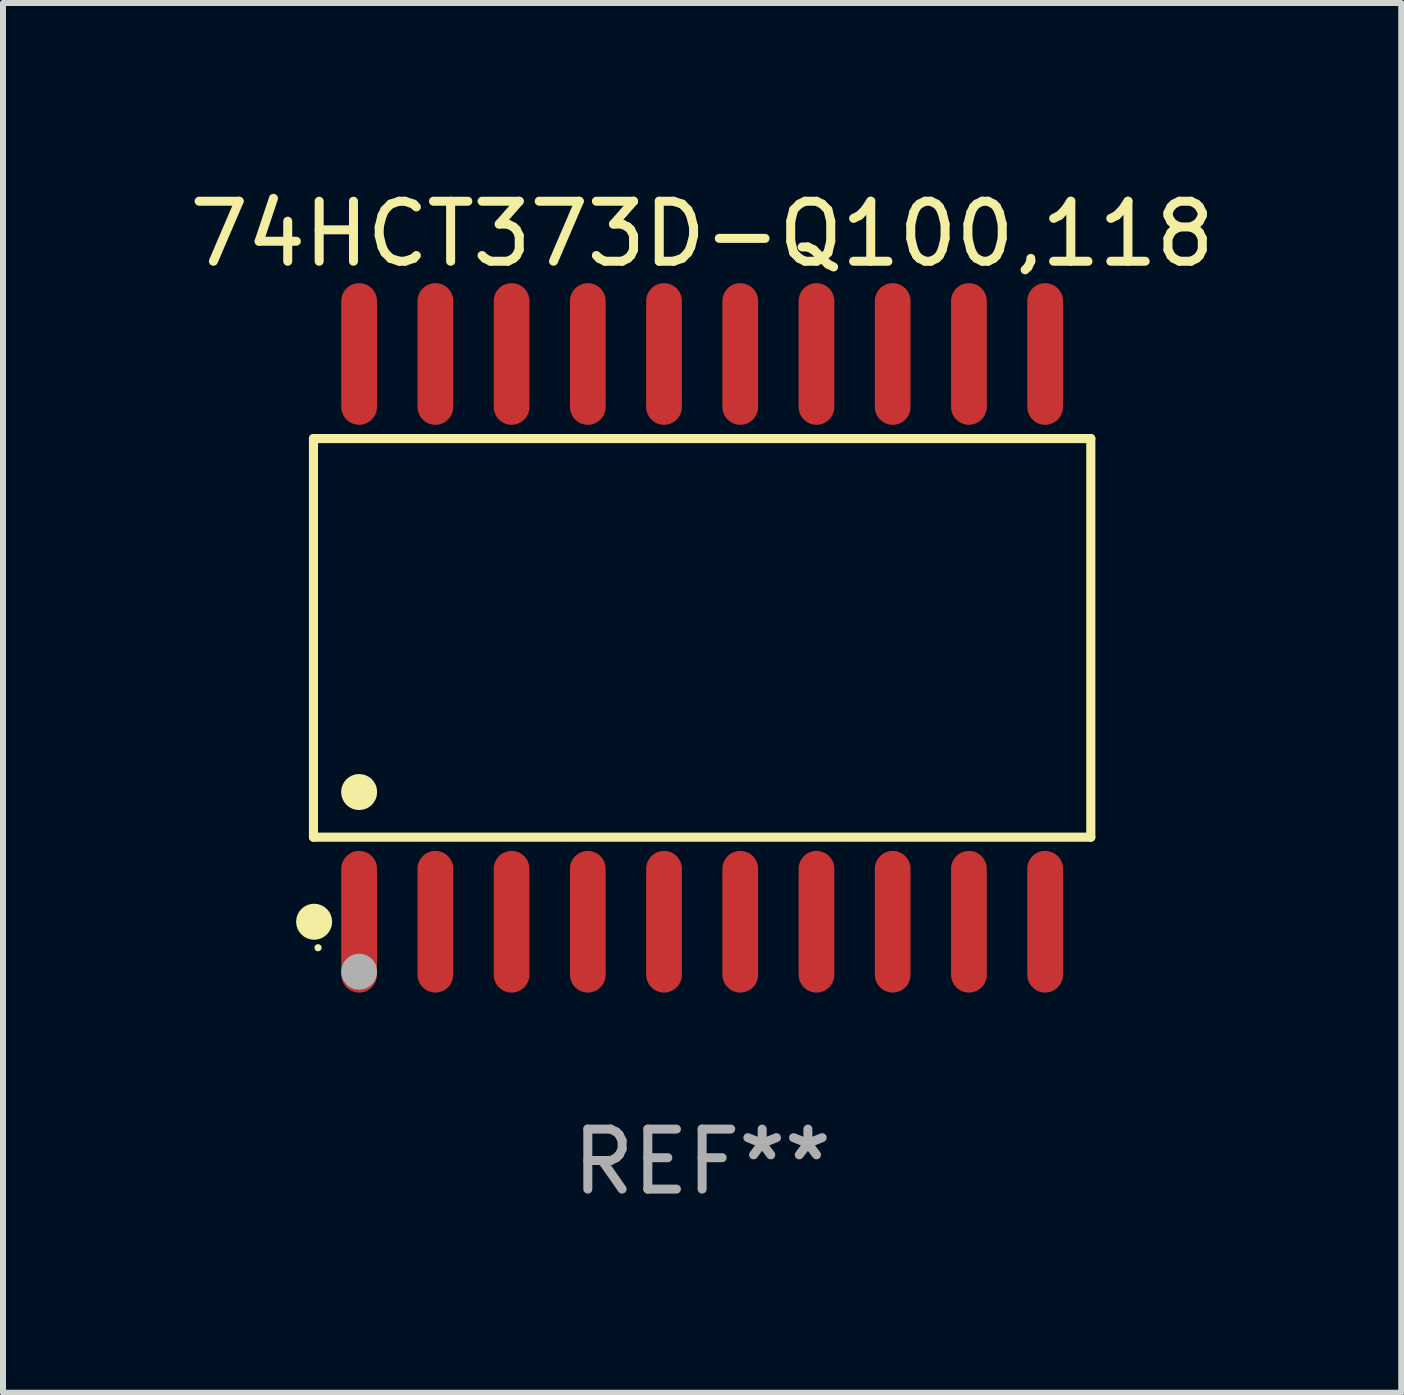
<source format=kicad_pcb>
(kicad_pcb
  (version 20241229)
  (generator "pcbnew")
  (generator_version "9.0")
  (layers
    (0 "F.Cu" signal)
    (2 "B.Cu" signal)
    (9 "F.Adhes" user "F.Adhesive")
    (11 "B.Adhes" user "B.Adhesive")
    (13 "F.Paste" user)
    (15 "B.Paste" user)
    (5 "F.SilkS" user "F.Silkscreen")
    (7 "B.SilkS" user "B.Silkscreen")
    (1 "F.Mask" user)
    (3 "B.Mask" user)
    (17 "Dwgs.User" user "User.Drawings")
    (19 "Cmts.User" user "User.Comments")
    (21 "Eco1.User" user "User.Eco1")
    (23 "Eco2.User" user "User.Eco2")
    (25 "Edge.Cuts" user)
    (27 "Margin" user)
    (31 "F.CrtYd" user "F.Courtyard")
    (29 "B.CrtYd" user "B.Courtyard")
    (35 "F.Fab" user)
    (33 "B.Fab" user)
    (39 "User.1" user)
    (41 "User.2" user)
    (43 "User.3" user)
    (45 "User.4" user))
  (footprint "74HCT373D-Q100,118"
    (layer "F.Cu")
    (at 8.649 7.578)
    (property "Reference" "74HCT373D-Q100,118" (at 0 -6.73 0) (layer "F.SilkS") (effects (font (size 1 1) (thickness 0.15))))
    (attr through_hole)
    (fp_line (start -6.476 -3.321) (end 6.476 -3.321) (stroke (width 0.152) (type solid)) (layer "F.SilkS"))
    (fp_line (start -6.476 3.321) (end -6.476 -3.321) (stroke (width 0.152) (type solid)) (layer "F.SilkS"))
    (fp_line (start 6.476 -3.321) (end 6.476 3.321) (stroke (width 0.152) (type solid)) (layer "F.SilkS"))
    (fp_line (start 6.476 3.321) (end -6.476 3.321) (stroke (width 0.152) (type solid)) (layer "F.SilkS"))
    (fp_circle (center -6.465 4.73) (end -6.315 4.73) (stroke (width 0.3) (type solid)) (fill no) (layer "F.SilkS"))
    (fp_circle (center -6.4 5.163) (end -6.37 5.163) (stroke (width 0.06) (type solid)) (fill no) (layer "F.SilkS"))
    (fp_circle (center -5.715 2.569) (end -5.565 2.569) (stroke (width 0.3) (type solid)) (fill no) (layer "F.SilkS"))
    (fp_circle (center -5.715 5.563) (end -5.565 5.563) (stroke (width 0.3) (type solid)) (fill no) (layer "F.Fab"))
    (fp_text user "REF**" (at 0 8.73 0) (layer "F.Fab") (effects (font (size 1 1) (thickness 0.15))))
    (pad "1" smd oval (at -5.715 4.73) (size 0.595 2.36) (layers "F.Cu" "F.Mask" "F.Paste"))
    (pad "2" smd oval (at -4.445 4.73) (size 0.595 2.36) (layers "F.Cu" "F.Mask" "F.Paste"))
    (pad "3" smd oval (at -3.175 4.73) (size 0.595 2.36) (layers "F.Cu" "F.Mask" "F.Paste"))
    (pad "4" smd oval (at -1.905 4.73) (size 0.595 2.36) (layers "F.Cu" "F.Mask" "F.Paste"))
    (pad "5" smd oval (at -0.635 4.73) (size 0.595 2.36) (layers "F.Cu" "F.Mask" "F.Paste"))
    (pad "6" smd oval (at 0.635 4.73) (size 0.595 2.36) (layers "F.Cu" "F.Mask" "F.Paste"))
    (pad "7" smd oval (at 1.905 4.73) (size 0.595 2.36) (layers "F.Cu" "F.Mask" "F.Paste"))
    (pad "8" smd oval (at 3.175 4.73) (size 0.595 2.36) (layers "F.Cu" "F.Mask" "F.Paste"))
    (pad "9" smd oval (at 4.445 4.73) (size 0.595 2.36) (layers "F.Cu" "F.Mask" "F.Paste"))
    (pad "10" smd oval (at 5.715 4.73) (size 0.595 2.36) (layers "F.Cu" "F.Mask" "F.Paste"))
    (pad "11" smd oval (at 5.715 -4.73) (size 0.595 2.36) (layers "F.Cu" "F.Mask" "F.Paste"))
    (pad "12" smd oval (at 4.445 -4.73) (size 0.595 2.36) (layers "F.Cu" "F.Mask" "F.Paste"))
    (pad "13" smd oval (at 3.175 -4.73) (size 0.595 2.36) (layers "F.Cu" "F.Mask" "F.Paste"))
    (pad "14" smd oval (at 1.905 -4.73) (size 0.595 2.36) (layers "F.Cu" "F.Mask" "F.Paste"))
    (pad "15" smd oval (at 0.635 -4.73) (size 0.595 2.36) (layers "F.Cu" "F.Mask" "F.Paste"))
    (pad "16" smd oval (at -0.635 -4.73) (size 0.595 2.36) (layers "F.Cu" "F.Mask" "F.Paste"))
    (pad "17" smd oval (at -1.905 -4.73) (size 0.595 2.36) (layers "F.Cu" "F.Mask" "F.Paste"))
    (pad "18" smd oval (at -3.175 -4.73) (size 0.595 2.36) (layers "F.Cu" "F.Mask" "F.Paste"))
    (pad "19" smd oval (at -4.445 -4.73) (size 0.595 2.36) (layers "F.Cu" "F.Mask" "F.Paste"))
    (pad "20" smd oval (at -5.715 -4.73) (size 0.595 2.36) (layers "F.Cu" "F.Mask" "F.Paste")))
  (gr_rect
    (start -3 -3)
    (end 20.298 20.156)
    (stroke (width 0.1) (type default))
    (fill no)
    (layer "Edge.Cuts")))
</source>
